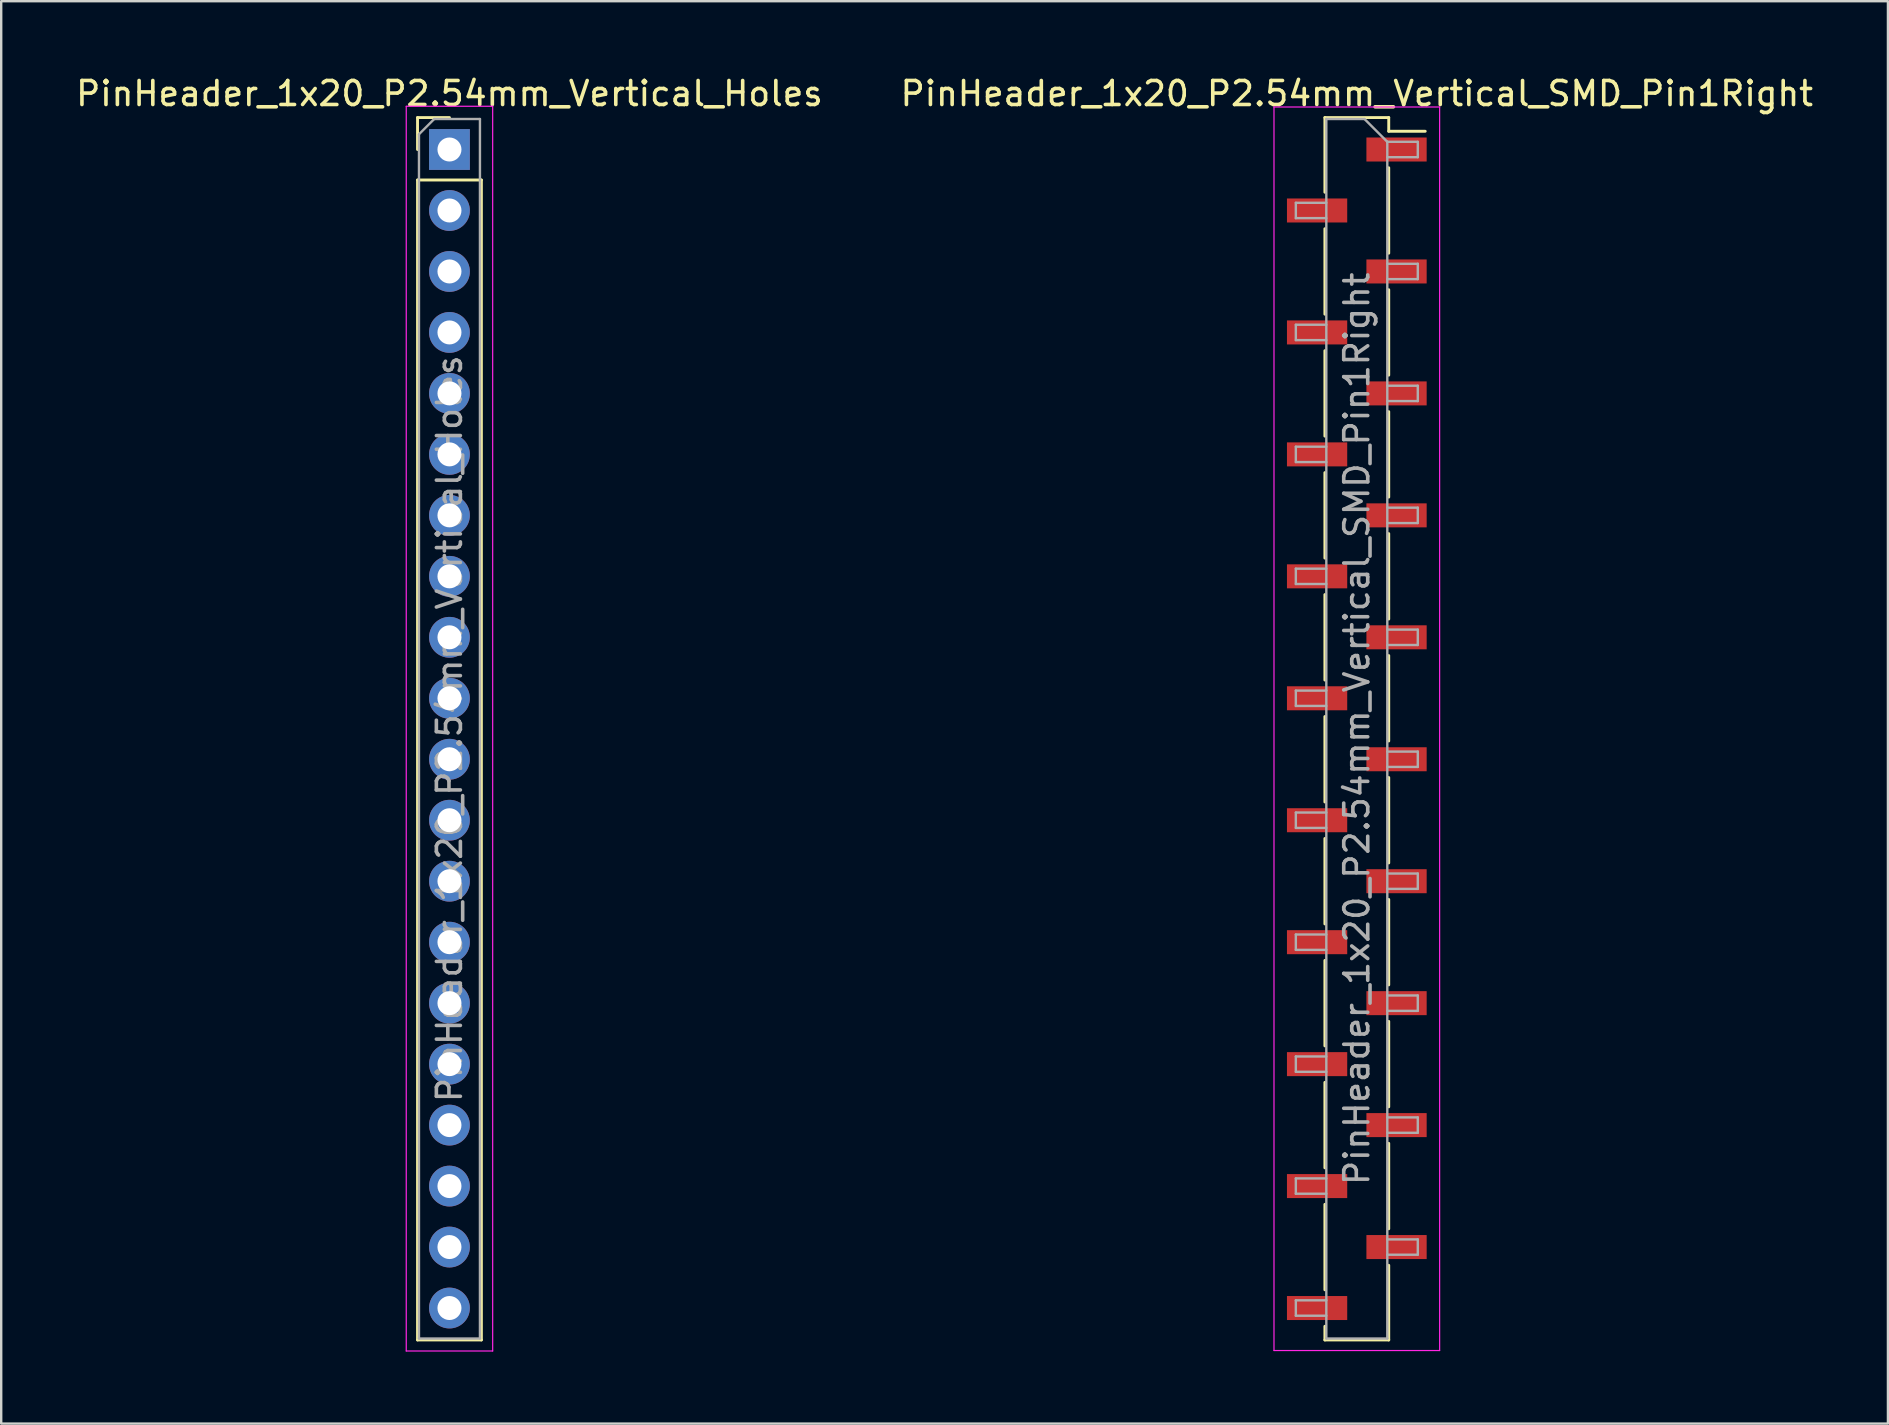
<source format=kicad_pcb>
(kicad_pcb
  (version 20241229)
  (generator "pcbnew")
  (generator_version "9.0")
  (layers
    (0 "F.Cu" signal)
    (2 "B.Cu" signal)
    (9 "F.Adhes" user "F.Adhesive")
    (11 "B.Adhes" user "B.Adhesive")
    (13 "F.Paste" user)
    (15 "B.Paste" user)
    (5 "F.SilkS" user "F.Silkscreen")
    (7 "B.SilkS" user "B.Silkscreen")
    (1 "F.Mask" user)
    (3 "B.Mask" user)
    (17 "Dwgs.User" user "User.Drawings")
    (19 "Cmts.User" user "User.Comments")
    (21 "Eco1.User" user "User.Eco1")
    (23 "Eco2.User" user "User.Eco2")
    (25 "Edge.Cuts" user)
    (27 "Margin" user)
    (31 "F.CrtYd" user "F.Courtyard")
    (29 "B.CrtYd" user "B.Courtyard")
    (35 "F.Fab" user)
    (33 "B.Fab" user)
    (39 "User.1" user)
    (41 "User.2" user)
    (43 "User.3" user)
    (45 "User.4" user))
  (footprint "PinHeader_1x20_P2.54mm_Vertical_Holes"
    (layer "F.Cu")
    (at 15.673 3.178)
    (property "Reference" "PinHeader_1x20_P2.54mm_Vertical_Holes" (at 0 -2.33 0) (layer "F.SilkS") (effects (font (size 1 1) (thickness 0.15))))
    (attr through_hole)
    (fp_line (start -1.33 -1.33) (end 0 -1.33) (stroke (width 0.12) (type solid)) (layer "F.SilkS"))
    (fp_line (start -1.33 0) (end -1.33 -1.33) (stroke (width 0.12) (type solid)) (layer "F.SilkS"))
    (fp_line (start -1.33 1.27) (end -1.33 49.59) (stroke (width 0.12) (type solid)) (layer "F.SilkS"))
    (fp_line (start -1.33 1.27) (end 1.33 1.27) (stroke (width 0.12) (type solid)) (layer "F.SilkS"))
    (fp_line (start -1.33 49.59) (end 1.33 49.59) (stroke (width 0.12) (type solid)) (layer "F.SilkS"))
    (fp_line (start 1.33 1.27) (end 1.33 49.59) (stroke (width 0.12) (type solid)) (layer "F.SilkS"))
    (fp_line (start -1.8 -1.8) (end -1.8 50.05) (stroke (width 0.05) (type solid)) (layer "F.CrtYd"))
    (fp_line (start -1.8 50.05) (end 1.8 50.05) (stroke (width 0.05) (type solid)) (layer "F.CrtYd"))
    (fp_line (start 1.8 -1.8) (end -1.8 -1.8) (stroke (width 0.05) (type solid)) (layer "F.CrtYd"))
    (fp_line (start 1.8 50.05) (end 1.8 -1.8) (stroke (width 0.05) (type solid)) (layer "F.CrtYd"))
    (fp_line (start -1.27 -0.635) (end -0.635 -1.27) (stroke (width 0.1) (type solid)) (layer "F.Fab"))
    (fp_line (start -1.27 49.53) (end -1.27 -0.635) (stroke (width 0.1) (type solid)) (layer "F.Fab"))
    (fp_line (start -0.635 -1.27) (end 1.27 -1.27) (stroke (width 0.1) (type solid)) (layer "F.Fab"))
    (fp_line (start 1.27 -1.27) (end 1.27 49.53) (stroke (width 0.1) (type solid)) (layer "F.Fab"))
    (fp_line (start 1.27 49.53) (end -1.27 49.53) (stroke (width 0.1) (type solid)) (layer "F.Fab"))
    (fp_text user "${REFERENCE}" (at 0 24.13 90) (layer "F.Fab") (effects (font (size 1 1) (thickness 0.15))))
    (pad "1" thru_hole rect (at 0 0) (size 1.7 1.7) (drill 1) (layers "*.Cu" "*.Mask"))
    (pad "2" thru_hole oval (at 0 2.54) (size 1.7 1.7) (drill 1) (layers "*.Cu" "*.Mask"))
    (pad "3" thru_hole oval (at 0 5.08) (size 1.7 1.7) (drill 1) (layers "*.Cu" "*.Mask"))
    (pad "4" thru_hole oval (at 0 7.62) (size 1.7 1.7) (drill 1) (layers "*.Cu" "*.Mask"))
    (pad "5" thru_hole oval (at 0 10.16) (size 1.7 1.7) (drill 1) (layers "*.Cu" "*.Mask"))
    (pad "6" thru_hole oval (at 0 12.7) (size 1.7 1.7) (drill 1) (layers "*.Cu" "*.Mask"))
    (pad "7" thru_hole oval (at 0 15.24) (size 1.7 1.7) (drill 1) (layers "*.Cu" "*.Mask"))
    (pad "8" thru_hole oval (at 0 17.78) (size 1.7 1.7) (drill 1) (layers "*.Cu" "*.Mask"))
    (pad "9" thru_hole oval (at 0 20.32) (size 1.7 1.7) (drill 1) (layers "*.Cu" "*.Mask"))
    (pad "10" thru_hole oval (at 0 22.86) (size 1.7 1.7) (drill 1) (layers "*.Cu" "*.Mask"))
    (pad "11" thru_hole oval (at 0 25.4) (size 1.7 1.7) (drill 1) (layers "*.Cu" "*.Mask"))
    (pad "12" thru_hole oval (at 0 27.94) (size 1.7 1.7) (drill 1) (layers "*.Cu" "*.Mask"))
    (pad "13" thru_hole oval (at 0 30.48) (size 1.7 1.7) (drill 1) (layers "*.Cu" "*.Mask"))
    (pad "14" thru_hole oval (at 0 33.02) (size 1.7 1.7) (drill 1) (layers "*.Cu" "*.Mask"))
    (pad "15" thru_hole oval (at 0 35.56) (size 1.7 1.7) (drill 1) (layers "*.Cu" "*.Mask"))
    (pad "16" thru_hole oval (at 0 38.1) (size 1.7 1.7) (drill 1) (layers "*.Cu" "*.Mask"))
    (pad "17" thru_hole oval (at 0 40.64) (size 1.7 1.7) (drill 1) (layers "*.Cu" "*.Mask"))
    (pad "18" thru_hole oval (at 0 43.18) (size 1.7 1.7) (drill 1) (layers "*.Cu" "*.Mask"))
    (pad "19" thru_hole oval (at 0 45.72) (size 1.7 1.7) (drill 1) (layers "*.Cu" "*.Mask"))
    (pad "20" thru_hole oval (at 0 48.26) (size 1.7 1.7) (drill 1) (layers "*.Cu" "*.Mask")))
  (footprint "PinHeader_1x20_P2.54mm_Vertical_SMD_Pin1Right"
    (layer "F.Cu")
    (at 53.47 27.308)
    (property "Reference" "PinHeader_1x20_P2.54mm_Vertical_SMD_Pin1Right" (at 0 -26.46 0) (layer "F.SilkS") (effects (font (size 1 1) (thickness 0.15))))
    (attr smd)
    (fp_line (start -1.33 -25.46) (end -1.33 -22.35) (stroke (width 0.12) (type solid)) (layer "F.SilkS"))
    (fp_line (start -1.33 -25.46) (end 1.33 -25.46) (stroke (width 0.12) (type solid)) (layer "F.SilkS"))
    (fp_line (start -1.33 -20.83) (end -1.33 -17.27) (stroke (width 0.12) (type solid)) (layer "F.SilkS"))
    (fp_line (start -1.33 -15.75) (end -1.33 -12.19) (stroke (width 0.12) (type solid)) (layer "F.SilkS"))
    (fp_line (start -1.33 -10.67) (end -1.33 -7.11) (stroke (width 0.12) (type solid)) (layer "F.SilkS"))
    (fp_line (start -1.33 -5.59) (end -1.33 -2.03) (stroke (width 0.12) (type solid)) (layer "F.SilkS"))
    (fp_line (start -1.33 -0.51) (end -1.33 3.05) (stroke (width 0.12) (type solid)) (layer "F.SilkS"))
    (fp_line (start -1.33 4.57) (end -1.33 8.13) (stroke (width 0.12) (type solid)) (layer "F.SilkS"))
    (fp_line (start -1.33 9.65) (end -1.33 13.21) (stroke (width 0.12) (type solid)) (layer "F.SilkS"))
    (fp_line (start -1.33 14.73) (end -1.33 18.29) (stroke (width 0.12) (type solid)) (layer "F.SilkS"))
    (fp_line (start -1.33 19.81) (end -1.33 23.37) (stroke (width 0.12) (type solid)) (layer "F.SilkS"))
    (fp_line (start -1.33 24.89) (end -1.33 25.46) (stroke (width 0.12) (type solid)) (layer "F.SilkS"))
    (fp_line (start -1.33 25.46) (end 1.33 25.46) (stroke (width 0.12) (type solid)) (layer "F.SilkS"))
    (fp_line (start 1.33 -25.46) (end 1.33 -24.89) (stroke (width 0.12) (type solid)) (layer "F.SilkS"))
    (fp_line (start 1.33 -24.89) (end 2.85 -24.89) (stroke (width 0.12) (type solid)) (layer "F.SilkS"))
    (fp_line (start 1.33 -23.37) (end 1.33 -19.81) (stroke (width 0.12) (type solid)) (layer "F.SilkS"))
    (fp_line (start 1.33 -18.29) (end 1.33 -14.73) (stroke (width 0.12) (type solid)) (layer "F.SilkS"))
    (fp_line (start 1.33 -13.21) (end 1.33 -9.65) (stroke (width 0.12) (type solid)) (layer "F.SilkS"))
    (fp_line (start 1.33 -8.13) (end 1.33 -4.57) (stroke (width 0.12) (type solid)) (layer "F.SilkS"))
    (fp_line (start 1.33 -3.05) (end 1.33 0.51) (stroke (width 0.12) (type solid)) (layer "F.SilkS"))
    (fp_line (start 1.33 2.03) (end 1.33 5.59) (stroke (width 0.12) (type solid)) (layer "F.SilkS"))
    (fp_line (start 1.33 7.11) (end 1.33 10.67) (stroke (width 0.12) (type solid)) (layer "F.SilkS"))
    (fp_line (start 1.33 12.19) (end 1.33 15.75) (stroke (width 0.12) (type solid)) (layer "F.SilkS"))
    (fp_line (start 1.33 17.27) (end 1.33 20.83) (stroke (width 0.12) (type solid)) (layer "F.SilkS"))
    (fp_line (start 1.33 22.35) (end 1.33 25.46) (stroke (width 0.12) (type solid)) (layer "F.SilkS"))
    (fp_line (start -3.45 -25.9) (end -3.45 25.9) (stroke (width 0.05) (type solid)) (layer "F.CrtYd"))
    (fp_line (start -3.45 25.9) (end 3.45 25.9) (stroke (width 0.05) (type solid)) (layer "F.CrtYd"))
    (fp_line (start 3.45 -25.9) (end -3.45 -25.9) (stroke (width 0.05) (type solid)) (layer "F.CrtYd"))
    (fp_line (start 3.45 25.9) (end 3.45 -25.9) (stroke (width 0.05) (type solid)) (layer "F.CrtYd"))
    (fp_line (start -2.54 -21.91) (end -2.54 -21.27) (stroke (width 0.1) (type solid)) (layer "F.Fab"))
    (fp_line (start -2.54 -21.27) (end -1.27 -21.27) (stroke (width 0.1) (type solid)) (layer "F.Fab"))
    (fp_line (start -2.54 -16.83) (end -2.54 -16.19) (stroke (width 0.1) (type solid)) (layer "F.Fab"))
    (fp_line (start -2.54 -16.19) (end -1.27 -16.19) (stroke (width 0.1) (type solid)) (layer "F.Fab"))
    (fp_line (start -2.54 -11.75) (end -2.54 -11.11) (stroke (width 0.1) (type solid)) (layer "F.Fab"))
    (fp_line (start -2.54 -11.11) (end -1.27 -11.11) (stroke (width 0.1) (type solid)) (layer "F.Fab"))
    (fp_line (start -2.54 -6.67) (end -2.54 -6.03) (stroke (width 0.1) (type solid)) (layer "F.Fab"))
    (fp_line (start -2.54 -6.03) (end -1.27 -6.03) (stroke (width 0.1) (type solid)) (layer "F.Fab"))
    (fp_line (start -2.54 -1.59) (end -2.54 -0.95) (stroke (width 0.1) (type solid)) (layer "F.Fab"))
    (fp_line (start -2.54 -0.95) (end -1.27 -0.95) (stroke (width 0.1) (type solid)) (layer "F.Fab"))
    (fp_line (start -2.54 3.49) (end -2.54 4.13) (stroke (width 0.1) (type solid)) (layer "F.Fab"))
    (fp_line (start -2.54 4.13) (end -1.27 4.13) (stroke (width 0.1) (type solid)) (layer "F.Fab"))
    (fp_line (start -2.54 8.57) (end -2.54 9.21) (stroke (width 0.1) (type solid)) (layer "F.Fab"))
    (fp_line (start -2.54 9.21) (end -1.27 9.21) (stroke (width 0.1) (type solid)) (layer "F.Fab"))
    (fp_line (start -2.54 13.65) (end -2.54 14.29) (stroke (width 0.1) (type solid)) (layer "F.Fab"))
    (fp_line (start -2.54 14.29) (end -1.27 14.29) (stroke (width 0.1) (type solid)) (layer "F.Fab"))
    (fp_line (start -2.54 18.73) (end -2.54 19.37) (stroke (width 0.1) (type solid)) (layer "F.Fab"))
    (fp_line (start -2.54 19.37) (end -1.27 19.37) (stroke (width 0.1) (type solid)) (layer "F.Fab"))
    (fp_line (start -2.54 23.81) (end -2.54 24.45) (stroke (width 0.1) (type solid)) (layer "F.Fab"))
    (fp_line (start -2.54 24.45) (end -1.27 24.45) (stroke (width 0.1) (type solid)) (layer "F.Fab"))
    (fp_line (start -1.27 -25.4) (end -1.27 25.4) (stroke (width 0.1) (type solid)) (layer "F.Fab"))
    (fp_line (start -1.27 -25.4) (end 0.32 -25.4) (stroke (width 0.1) (type solid)) (layer "F.Fab"))
    (fp_line (start -1.27 -21.91) (end -2.54 -21.91) (stroke (width 0.1) (type solid)) (layer "F.Fab"))
    (fp_line (start -1.27 -16.83) (end -2.54 -16.83) (stroke (width 0.1) (type solid)) (layer "F.Fab"))
    (fp_line (start -1.27 -11.75) (end -2.54 -11.75) (stroke (width 0.1) (type solid)) (layer "F.Fab"))
    (fp_line (start -1.27 -6.67) (end -2.54 -6.67) (stroke (width 0.1) (type solid)) (layer "F.Fab"))
    (fp_line (start -1.27 -1.59) (end -2.54 -1.59) (stroke (width 0.1) (type solid)) (layer "F.Fab"))
    (fp_line (start -1.27 3.49) (end -2.54 3.49) (stroke (width 0.1) (type solid)) (layer "F.Fab"))
    (fp_line (start -1.27 8.57) (end -2.54 8.57) (stroke (width 0.1) (type solid)) (layer "F.Fab"))
    (fp_line (start -1.27 13.65) (end -2.54 13.65) (stroke (width 0.1) (type solid)) (layer "F.Fab"))
    (fp_line (start -1.27 18.73) (end -2.54 18.73) (stroke (width 0.1) (type solid)) (layer "F.Fab"))
    (fp_line (start -1.27 23.81) (end -2.54 23.81) (stroke (width 0.1) (type solid)) (layer "F.Fab"))
    (fp_line (start 1.27 -24.45) (end 0.32 -25.4) (stroke (width 0.1) (type solid)) (layer "F.Fab"))
    (fp_line (start 1.27 -24.45) (end 2.54 -24.45) (stroke (width 0.1) (type solid)) (layer "F.Fab"))
    (fp_line (start 1.27 -19.37) (end 2.54 -19.37) (stroke (width 0.1) (type solid)) (layer "F.Fab"))
    (fp_line (start 1.27 -14.29) (end 2.54 -14.29) (stroke (width 0.1) (type solid)) (layer "F.Fab"))
    (fp_line (start 1.27 -9.21) (end 2.54 -9.21) (stroke (width 0.1) (type solid)) (layer "F.Fab"))
    (fp_line (start 1.27 -4.13) (end 2.54 -4.13) (stroke (width 0.1) (type solid)) (layer "F.Fab"))
    (fp_line (start 1.27 0.95) (end 2.54 0.95) (stroke (width 0.1) (type solid)) (layer "F.Fab"))
    (fp_line (start 1.27 6.03) (end 2.54 6.03) (stroke (width 0.1) (type solid)) (layer "F.Fab"))
    (fp_line (start 1.27 11.11) (end 2.54 11.11) (stroke (width 0.1) (type solid)) (layer "F.Fab"))
    (fp_line (start 1.27 16.19) (end 2.54 16.19) (stroke (width 0.1) (type solid)) (layer "F.Fab"))
    (fp_line (start 1.27 21.27) (end 2.54 21.27) (stroke (width 0.1) (type solid)) (layer "F.Fab"))
    (fp_line (start 1.27 25.4) (end -1.27 25.4) (stroke (width 0.1) (type solid)) (layer "F.Fab"))
    (fp_line (start 1.27 25.4) (end 1.27 -24.45) (stroke (width 0.1) (type solid)) (layer "F.Fab"))
    (fp_line (start 2.54 -24.45) (end 2.54 -23.81) (stroke (width 0.1) (type solid)) (layer "F.Fab"))
    (fp_line (start 2.54 -23.81) (end 1.27 -23.81) (stroke (width 0.1) (type solid)) (layer "F.Fab"))
    (fp_line (start 2.54 -19.37) (end 2.54 -18.73) (stroke (width 0.1) (type solid)) (layer "F.Fab"))
    (fp_line (start 2.54 -18.73) (end 1.27 -18.73) (stroke (width 0.1) (type solid)) (layer "F.Fab"))
    (fp_line (start 2.54 -14.29) (end 2.54 -13.65) (stroke (width 0.1) (type solid)) (layer "F.Fab"))
    (fp_line (start 2.54 -13.65) (end 1.27 -13.65) (stroke (width 0.1) (type solid)) (layer "F.Fab"))
    (fp_line (start 2.54 -9.21) (end 2.54 -8.57) (stroke (width 0.1) (type solid)) (layer "F.Fab"))
    (fp_line (start 2.54 -8.57) (end 1.27 -8.57) (stroke (width 0.1) (type solid)) (layer "F.Fab"))
    (fp_line (start 2.54 -4.13) (end 2.54 -3.49) (stroke (width 0.1) (type solid)) (layer "F.Fab"))
    (fp_line (start 2.54 -3.49) (end 1.27 -3.49) (stroke (width 0.1) (type solid)) (layer "F.Fab"))
    (fp_line (start 2.54 0.95) (end 2.54 1.59) (stroke (width 0.1) (type solid)) (layer "F.Fab"))
    (fp_line (start 2.54 1.59) (end 1.27 1.59) (stroke (width 0.1) (type solid)) (layer "F.Fab"))
    (fp_line (start 2.54 6.03) (end 2.54 6.67) (stroke (width 0.1) (type solid)) (layer "F.Fab"))
    (fp_line (start 2.54 6.67) (end 1.27 6.67) (stroke (width 0.1) (type solid)) (layer "F.Fab"))
    (fp_line (start 2.54 11.11) (end 2.54 11.75) (stroke (width 0.1) (type solid)) (layer "F.Fab"))
    (fp_line (start 2.54 11.75) (end 1.27 11.75) (stroke (width 0.1) (type solid)) (layer "F.Fab"))
    (fp_line (start 2.54 16.19) (end 2.54 16.83) (stroke (width 0.1) (type solid)) (layer "F.Fab"))
    (fp_line (start 2.54 16.83) (end 1.27 16.83) (stroke (width 0.1) (type solid)) (layer "F.Fab"))
    (fp_line (start 2.54 21.27) (end 2.54 21.91) (stroke (width 0.1) (type solid)) (layer "F.Fab"))
    (fp_line (start 2.54 21.91) (end 1.27 21.91) (stroke (width 0.1) (type solid)) (layer "F.Fab"))
    (fp_text user "${REFERENCE}" (at 0 0 90) (layer "F.Fab") (effects (font (size 1 1) (thickness 0.15))))
    (pad "1" smd rect (at 1.655 -24.13) (size 2.51 1) (layers "F.Cu" "F.Mask" "F.Paste"))
    (pad "2" smd rect (at -1.655 -21.59) (size 2.51 1) (layers "F.Cu" "F.Mask" "F.Paste"))
    (pad "3" smd rect (at 1.655 -19.05) (size 2.51 1) (layers "F.Cu" "F.Mask" "F.Paste"))
    (pad "4" smd rect (at -1.655 -16.51) (size 2.51 1) (layers "F.Cu" "F.Mask" "F.Paste"))
    (pad "5" smd rect (at 1.655 -13.97) (size 2.51 1) (layers "F.Cu" "F.Mask" "F.Paste"))
    (pad "6" smd rect (at -1.655 -11.43) (size 2.51 1) (layers "F.Cu" "F.Mask" "F.Paste"))
    (pad "7" smd rect (at 1.655 -8.89) (size 2.51 1) (layers "F.Cu" "F.Mask" "F.Paste"))
    (pad "8" smd rect (at -1.655 -6.35) (size 2.51 1) (layers "F.Cu" "F.Mask" "F.Paste"))
    (pad "9" smd rect (at 1.655 -3.81) (size 2.51 1) (layers "F.Cu" "F.Mask" "F.Paste"))
    (pad "10" smd rect (at -1.655 -1.27) (size 2.51 1) (layers "F.Cu" "F.Mask" "F.Paste"))
    (pad "11" smd rect (at 1.655 1.27) (size 2.51 1) (layers "F.Cu" "F.Mask" "F.Paste"))
    (pad "12" smd rect (at -1.655 3.81) (size 2.51 1) (layers "F.Cu" "F.Mask" "F.Paste"))
    (pad "13" smd rect (at 1.655 6.35) (size 2.51 1) (layers "F.Cu" "F.Mask" "F.Paste"))
    (pad "14" smd rect (at -1.655 8.89) (size 2.51 1) (layers "F.Cu" "F.Mask" "F.Paste"))
    (pad "15" smd rect (at 1.655 11.43) (size 2.51 1) (layers "F.Cu" "F.Mask" "F.Paste"))
    (pad "16" smd rect (at -1.655 13.97) (size 2.51 1) (layers "F.Cu" "F.Mask" "F.Paste"))
    (pad "17" smd rect (at 1.655 16.51) (size 2.51 1) (layers "F.Cu" "F.Mask" "F.Paste"))
    (pad "18" smd rect (at -1.655 19.05) (size 2.51 1) (layers "F.Cu" "F.Mask" "F.Paste"))
    (pad "19" smd rect (at 1.655 21.59) (size 2.51 1) (layers "F.Cu" "F.Mask" "F.Paste"))
    (pad "20" smd rect (at -1.655 24.13) (size 2.51 1) (layers "F.Cu" "F.Mask" "F.Paste")))
  (gr_rect
    (start -3 -3)
    (end 75.595 56.253)
    (stroke (width 0.1) (type default))
    (fill no)
    (layer "Edge.Cuts")))
</source>
